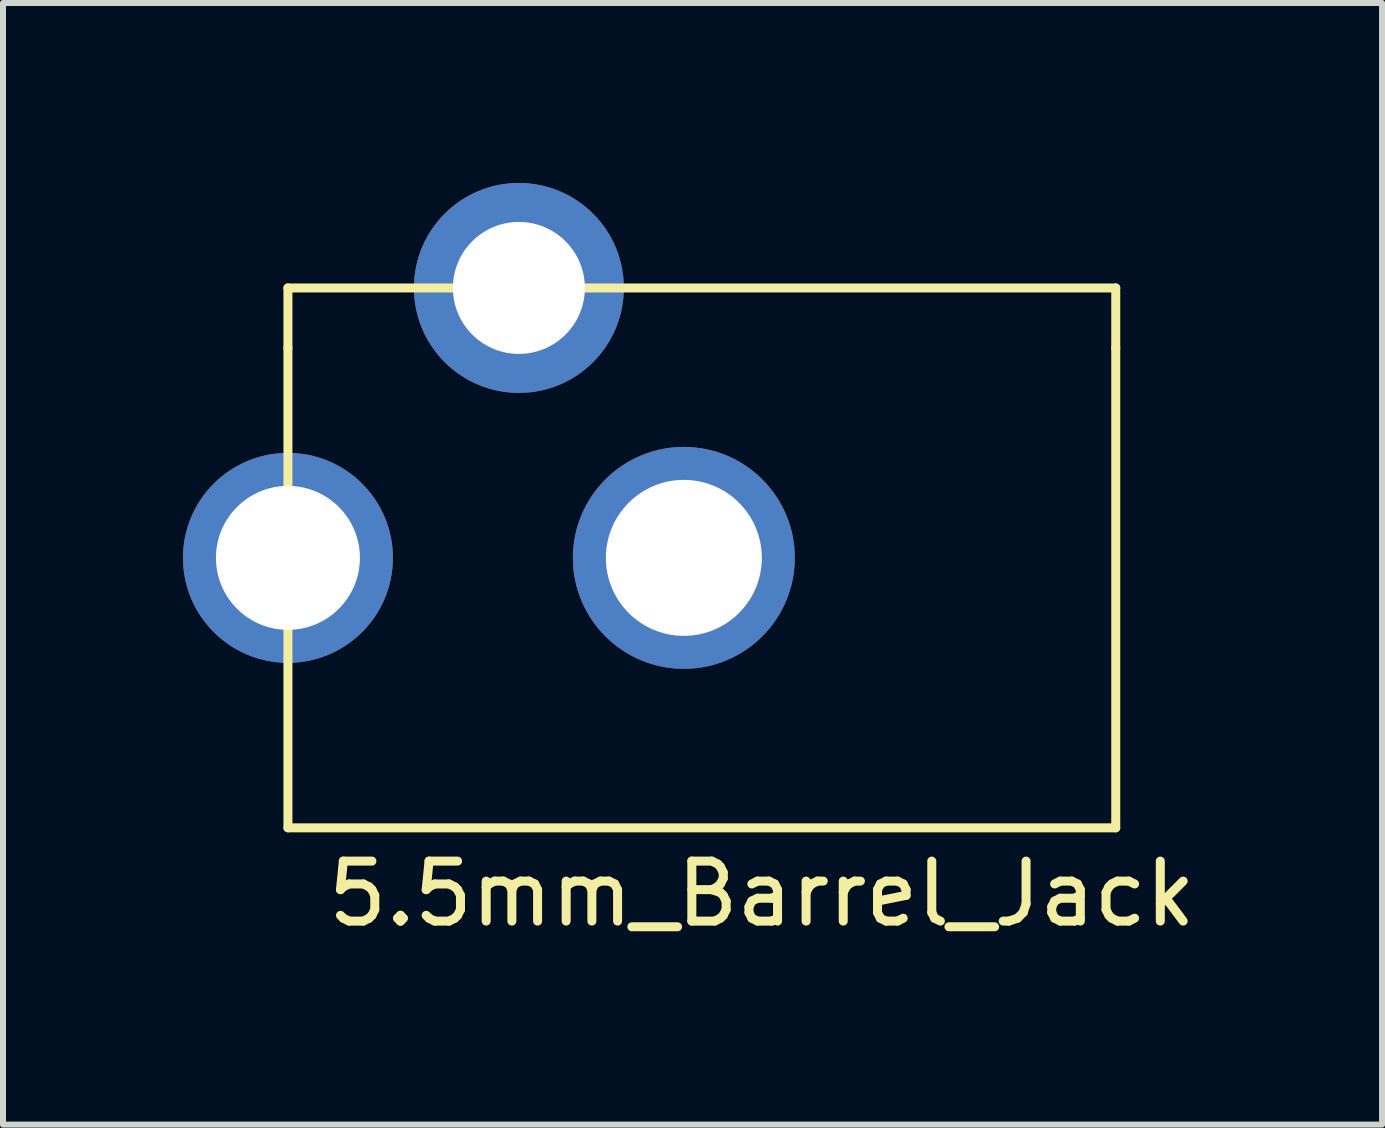
<source format=kicad_pcb>
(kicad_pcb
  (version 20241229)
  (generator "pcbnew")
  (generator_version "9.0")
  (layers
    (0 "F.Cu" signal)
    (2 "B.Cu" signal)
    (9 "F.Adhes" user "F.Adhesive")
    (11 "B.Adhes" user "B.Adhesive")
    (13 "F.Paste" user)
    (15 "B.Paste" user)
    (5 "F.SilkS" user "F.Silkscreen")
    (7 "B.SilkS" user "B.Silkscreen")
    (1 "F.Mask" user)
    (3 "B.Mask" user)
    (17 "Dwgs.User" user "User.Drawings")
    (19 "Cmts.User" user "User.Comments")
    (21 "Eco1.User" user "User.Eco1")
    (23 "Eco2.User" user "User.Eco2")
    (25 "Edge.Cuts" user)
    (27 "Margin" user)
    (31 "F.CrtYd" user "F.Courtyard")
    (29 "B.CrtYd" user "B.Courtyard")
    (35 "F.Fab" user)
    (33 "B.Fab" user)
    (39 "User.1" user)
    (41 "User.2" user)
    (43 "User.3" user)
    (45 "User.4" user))
  (footprint "5.5mm_Barrel_Jack"
    (layer "F.Cu")
    (at 9.65 6.25)
    (property "Reference" "5.5mm_Barrel_Jack" (at 0 5.6 0) (layer "F.SilkS") (effects (font (size 1 1) (thickness 0.15))))
    (attr through_hole)
    (fp_line (start -7.9 -4.5) (end 5.9 -4.5) (stroke (width 0.15) (type solid)) (layer "F.SilkS"))
    (fp_line (start -7.9 -3.5) (end -7.9 -4.5) (stroke (width 0.15) (type solid)) (layer "F.SilkS"))
    (fp_line (start -7.9 4.5) (end -7.9 -3.5) (stroke (width 0.15) (type solid)) (layer "F.SilkS"))
    (fp_line (start 5.9 -4.5) (end 5.9 -3.5) (stroke (width 0.15) (type solid)) (layer "F.SilkS"))
    (fp_line (start 5.9 -3.5) (end 5.9 4.5) (stroke (width 0.15) (type solid)) (layer "F.SilkS"))
    (fp_line (start 5.9 4.5) (end -7.9 4.5) (stroke (width 0.15) (type solid)) (layer "F.SilkS"))
    (pad "1" thru_hole oval (at -7.9 0) (size 3.5 3.5) (drill 2.4) (layers "*.Cu" "*.Mask"))
    (pad "2" thru_hole oval (at -4.05 -4.5) (size 3.5 3.5) (drill 2.2) (layers "*.Cu" "*.Mask"))
    (pad "3" thru_hole oval (at -1.3 0 90) (size 3.7 3.7) (drill 2.6) (layers "*.Cu" "*.Mask")))
  (gr_rect
    (start -3 -3)
    (end 19.989 15.698)
    (stroke (width 0.1) (type default))
    (fill no)
    (layer "Edge.Cuts")))
</source>
